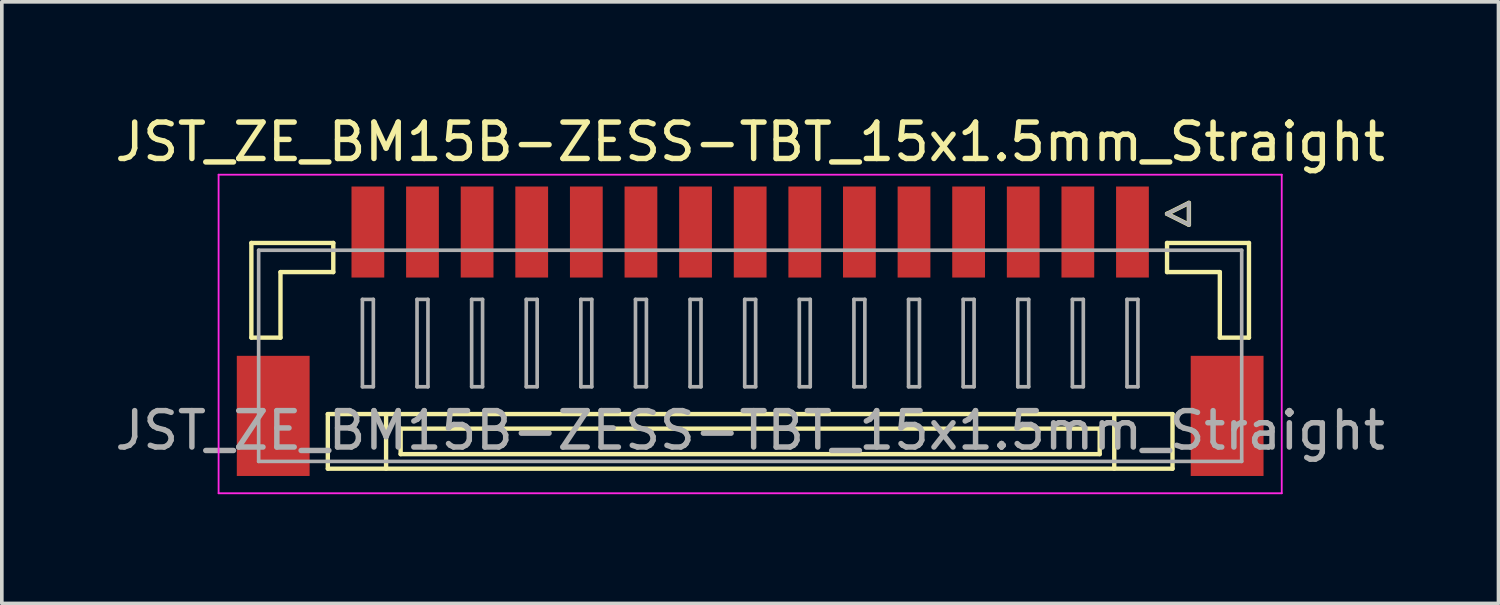
<source format=kicad_pcb>
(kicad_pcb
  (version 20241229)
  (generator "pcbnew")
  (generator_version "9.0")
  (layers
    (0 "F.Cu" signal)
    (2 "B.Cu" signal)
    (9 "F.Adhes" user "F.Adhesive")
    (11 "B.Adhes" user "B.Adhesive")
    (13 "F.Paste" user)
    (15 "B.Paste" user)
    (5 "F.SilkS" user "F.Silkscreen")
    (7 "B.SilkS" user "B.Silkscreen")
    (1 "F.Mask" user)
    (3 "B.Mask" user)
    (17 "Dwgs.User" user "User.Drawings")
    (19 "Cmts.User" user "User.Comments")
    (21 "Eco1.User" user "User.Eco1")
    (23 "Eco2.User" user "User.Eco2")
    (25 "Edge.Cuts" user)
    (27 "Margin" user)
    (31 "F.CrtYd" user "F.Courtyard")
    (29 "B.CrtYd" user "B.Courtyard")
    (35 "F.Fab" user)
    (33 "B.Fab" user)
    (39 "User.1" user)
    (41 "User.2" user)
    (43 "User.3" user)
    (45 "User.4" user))
  (footprint "JST_ZE_BM15B-ZESS-TBT_15x1.5mm_Straight"
    (layer "F.Cu")
    (at 17.554 5.848)
    (property "Reference" "JST_ZE_BM15B-ZESS-TBT_15x1.5mm_Straight" (at 0 -5 0) (layer "F.SilkS") (effects (font (size 1 1) (thickness 0.15))))
    (attr smd)
    (fp_line (start -13.7 -2.225) (end -13.7 0.375) (stroke (width 0.12) (type solid)) (layer "F.SilkS"))
    (fp_line (start -13.7 0.375) (end -12.9 0.375) (stroke (width 0.12) (type solid)) (layer "F.SilkS"))
    (fp_line (start -12.9 -1.425) (end -11.45 -1.425) (stroke (width 0.12) (type solid)) (layer "F.SilkS"))
    (fp_line (start -12.9 0.375) (end -12.9 -1.425) (stroke (width 0.12) (type solid)) (layer "F.SilkS"))
    (fp_line (start -11.6 2.475) (end -11.6 3.975) (stroke (width 0.12) (type solid)) (layer "F.SilkS"))
    (fp_line (start -11.6 3.975) (end 11.6 3.975) (stroke (width 0.12) (type solid)) (layer "F.SilkS"))
    (fp_line (start -11.45 -2.225) (end -13.7 -2.225) (stroke (width 0.12) (type solid)) (layer "F.SilkS"))
    (fp_line (start -11.45 -1.425) (end -11.45 -2.225) (stroke (width 0.12) (type solid)) (layer "F.SilkS"))
    (fp_line (start -10 2.475) (end -10 3.975) (stroke (width 0.12) (type solid)) (layer "F.SilkS"))
    (fp_line (start -9.6 2.875) (end -9.6 3.575) (stroke (width 0.12) (type solid)) (layer "F.SilkS"))
    (fp_line (start -9.6 3.575) (end 9.6 3.575) (stroke (width 0.12) (type solid)) (layer "F.SilkS"))
    (fp_line (start 9.6 2.875) (end -9.6 2.875) (stroke (width 0.12) (type solid)) (layer "F.SilkS"))
    (fp_line (start 9.6 3.575) (end 9.6 2.875) (stroke (width 0.12) (type solid)) (layer "F.SilkS"))
    (fp_line (start 10 2.475) (end 10 3.975) (stroke (width 0.12) (type solid)) (layer "F.SilkS"))
    (fp_line (start 11.45 -3.025) (end 12.05 -3.325) (stroke (width 0.12) (type solid)) (layer "F.SilkS"))
    (fp_line (start 11.45 -2.225) (end 13.7 -2.225) (stroke (width 0.12) (type solid)) (layer "F.SilkS"))
    (fp_line (start 11.45 -1.425) (end 11.45 -2.225) (stroke (width 0.12) (type solid)) (layer "F.SilkS"))
    (fp_line (start 11.6 2.475) (end -11.6 2.475) (stroke (width 0.12) (type solid)) (layer "F.SilkS"))
    (fp_line (start 11.6 3.975) (end 11.6 2.475) (stroke (width 0.12) (type solid)) (layer "F.SilkS"))
    (fp_line (start 12.05 -3.325) (end 12.05 -2.725) (stroke (width 0.12) (type solid)) (layer "F.SilkS"))
    (fp_line (start 12.05 -2.725) (end 11.45 -3.025) (stroke (width 0.12) (type solid)) (layer "F.SilkS"))
    (fp_line (start 12.9 -1.425) (end 11.45 -1.425) (stroke (width 0.12) (type solid)) (layer "F.SilkS"))
    (fp_line (start 12.9 0.375) (end 12.9 -1.425) (stroke (width 0.12) (type solid)) (layer "F.SilkS"))
    (fp_line (start 13.7 -2.225) (end 13.7 0.375) (stroke (width 0.12) (type solid)) (layer "F.SilkS"))
    (fp_line (start 13.7 0.375) (end 12.9 0.375) (stroke (width 0.12) (type solid)) (layer "F.SilkS"))
    (fp_line (start -14.6 -4.1) (end -14.6 4.65) (stroke (width 0.05) (type solid)) (layer "F.CrtYd"))
    (fp_line (start -14.6 4.65) (end 14.6 4.65) (stroke (width 0.05) (type solid)) (layer "F.CrtYd"))
    (fp_line (start 14.6 -4.1) (end -14.6 -4.1) (stroke (width 0.05) (type solid)) (layer "F.CrtYd"))
    (fp_line (start 14.6 4.65) (end 14.6 -4.1) (stroke (width 0.05) (type solid)) (layer "F.CrtYd"))
    (fp_line (start -13.5 -2.025) (end -13.5 3.775) (stroke (width 0.1) (type solid)) (layer "F.Fab"))
    (fp_line (start -13.5 3.775) (end 13.5 3.775) (stroke (width 0.1) (type solid)) (layer "F.Fab"))
    (fp_line (start -10.65 -0.675) (end -10.65 1.725) (stroke (width 0.1) (type solid)) (layer "F.Fab"))
    (fp_line (start -10.65 1.725) (end -10.35 1.725) (stroke (width 0.1) (type solid)) (layer "F.Fab"))
    (fp_line (start -10.35 -0.675) (end -10.65 -0.675) (stroke (width 0.1) (type solid)) (layer "F.Fab"))
    (fp_line (start -10.35 1.725) (end -10.35 -0.675) (stroke (width 0.1) (type solid)) (layer "F.Fab"))
    (fp_line (start -9.15 -0.675) (end -9.15 1.725) (stroke (width 0.1) (type solid)) (layer "F.Fab"))
    (fp_line (start -9.15 1.725) (end -8.85 1.725) (stroke (width 0.1) (type solid)) (layer "F.Fab"))
    (fp_line (start -8.85 -0.675) (end -9.15 -0.675) (stroke (width 0.1) (type solid)) (layer "F.Fab"))
    (fp_line (start -8.85 1.725) (end -8.85 -0.675) (stroke (width 0.1) (type solid)) (layer "F.Fab"))
    (fp_line (start -7.65 -0.675) (end -7.65 1.725) (stroke (width 0.1) (type solid)) (layer "F.Fab"))
    (fp_line (start -7.65 1.725) (end -7.35 1.725) (stroke (width 0.1) (type solid)) (layer "F.Fab"))
    (fp_line (start -7.35 -0.675) (end -7.65 -0.675) (stroke (width 0.1) (type solid)) (layer "F.Fab"))
    (fp_line (start -7.35 1.725) (end -7.35 -0.675) (stroke (width 0.1) (type solid)) (layer "F.Fab"))
    (fp_line (start -6.15 -0.675) (end -6.15 1.725) (stroke (width 0.1) (type solid)) (layer "F.Fab"))
    (fp_line (start -6.15 1.725) (end -5.85 1.725) (stroke (width 0.1) (type solid)) (layer "F.Fab"))
    (fp_line (start -5.85 -0.675) (end -6.15 -0.675) (stroke (width 0.1) (type solid)) (layer "F.Fab"))
    (fp_line (start -5.85 1.725) (end -5.85 -0.675) (stroke (width 0.1) (type solid)) (layer "F.Fab"))
    (fp_line (start -4.65 -0.675) (end -4.65 1.725) (stroke (width 0.1) (type solid)) (layer "F.Fab"))
    (fp_line (start -4.65 1.725) (end -4.35 1.725) (stroke (width 0.1) (type solid)) (layer "F.Fab"))
    (fp_line (start -4.35 -0.675) (end -4.65 -0.675) (stroke (width 0.1) (type solid)) (layer "F.Fab"))
    (fp_line (start -4.35 1.725) (end -4.35 -0.675) (stroke (width 0.1) (type solid)) (layer "F.Fab"))
    (fp_line (start -3.15 -0.675) (end -3.15 1.725) (stroke (width 0.1) (type solid)) (layer "F.Fab"))
    (fp_line (start -3.15 1.725) (end -2.85 1.725) (stroke (width 0.1) (type solid)) (layer "F.Fab"))
    (fp_line (start -2.85 -0.675) (end -3.15 -0.675) (stroke (width 0.1) (type solid)) (layer "F.Fab"))
    (fp_line (start -2.85 1.725) (end -2.85 -0.675) (stroke (width 0.1) (type solid)) (layer "F.Fab"))
    (fp_line (start -1.65 -0.675) (end -1.65 1.725) (stroke (width 0.1) (type solid)) (layer "F.Fab"))
    (fp_line (start -1.65 1.725) (end -1.35 1.725) (stroke (width 0.1) (type solid)) (layer "F.Fab"))
    (fp_line (start -1.35 -0.675) (end -1.65 -0.675) (stroke (width 0.1) (type solid)) (layer "F.Fab"))
    (fp_line (start -1.35 1.725) (end -1.35 -0.675) (stroke (width 0.1) (type solid)) (layer "F.Fab"))
    (fp_line (start -0.15 -0.675) (end -0.15 1.725) (stroke (width 0.1) (type solid)) (layer "F.Fab"))
    (fp_line (start -0.15 1.725) (end 0.15 1.725) (stroke (width 0.1) (type solid)) (layer "F.Fab"))
    (fp_line (start 0.15 -0.675) (end -0.15 -0.675) (stroke (width 0.1) (type solid)) (layer "F.Fab"))
    (fp_line (start 0.15 1.725) (end 0.15 -0.675) (stroke (width 0.1) (type solid)) (layer "F.Fab"))
    (fp_line (start 1.35 -0.675) (end 1.35 1.725) (stroke (width 0.1) (type solid)) (layer "F.Fab"))
    (fp_line (start 1.35 1.725) (end 1.65 1.725) (stroke (width 0.1) (type solid)) (layer "F.Fab"))
    (fp_line (start 1.65 -0.675) (end 1.35 -0.675) (stroke (width 0.1) (type solid)) (layer "F.Fab"))
    (fp_line (start 1.65 1.725) (end 1.65 -0.675) (stroke (width 0.1) (type solid)) (layer "F.Fab"))
    (fp_line (start 2.85 -0.675) (end 2.85 1.725) (stroke (width 0.1) (type solid)) (layer "F.Fab"))
    (fp_line (start 2.85 1.725) (end 3.15 1.725) (stroke (width 0.1) (type solid)) (layer "F.Fab"))
    (fp_line (start 3.15 -0.675) (end 2.85 -0.675) (stroke (width 0.1) (type solid)) (layer "F.Fab"))
    (fp_line (start 3.15 1.725) (end 3.15 -0.675) (stroke (width 0.1) (type solid)) (layer "F.Fab"))
    (fp_line (start 4.35 -0.675) (end 4.35 1.725) (stroke (width 0.1) (type solid)) (layer "F.Fab"))
    (fp_line (start 4.35 1.725) (end 4.65 1.725) (stroke (width 0.1) (type solid)) (layer "F.Fab"))
    (fp_line (start 4.65 -0.675) (end 4.35 -0.675) (stroke (width 0.1) (type solid)) (layer "F.Fab"))
    (fp_line (start 4.65 1.725) (end 4.65 -0.675) (stroke (width 0.1) (type solid)) (layer "F.Fab"))
    (fp_line (start 5.85 -0.675) (end 5.85 1.725) (stroke (width 0.1) (type solid)) (layer "F.Fab"))
    (fp_line (start 5.85 1.725) (end 6.15 1.725) (stroke (width 0.1) (type solid)) (layer "F.Fab"))
    (fp_line (start 6.15 -0.675) (end 5.85 -0.675) (stroke (width 0.1) (type solid)) (layer "F.Fab"))
    (fp_line (start 6.15 1.725) (end 6.15 -0.675) (stroke (width 0.1) (type solid)) (layer "F.Fab"))
    (fp_line (start 7.35 -0.675) (end 7.35 1.725) (stroke (width 0.1) (type solid)) (layer "F.Fab"))
    (fp_line (start 7.35 1.725) (end 7.65 1.725) (stroke (width 0.1) (type solid)) (layer "F.Fab"))
    (fp_line (start 7.65 -0.675) (end 7.35 -0.675) (stroke (width 0.1) (type solid)) (layer "F.Fab"))
    (fp_line (start 7.65 1.725) (end 7.65 -0.675) (stroke (width 0.1) (type solid)) (layer "F.Fab"))
    (fp_line (start 8.85 -0.675) (end 8.85 1.725) (stroke (width 0.1) (type solid)) (layer "F.Fab"))
    (fp_line (start 8.85 1.725) (end 9.15 1.725) (stroke (width 0.1) (type solid)) (layer "F.Fab"))
    (fp_line (start 9.15 -0.675) (end 8.85 -0.675) (stroke (width 0.1) (type solid)) (layer "F.Fab"))
    (fp_line (start 9.15 1.725) (end 9.15 -0.675) (stroke (width 0.1) (type solid)) (layer "F.Fab"))
    (fp_line (start 10.35 -0.675) (end 10.35 1.725) (stroke (width 0.1) (type solid)) (layer "F.Fab"))
    (fp_line (start 10.35 1.725) (end 10.65 1.725) (stroke (width 0.1) (type solid)) (layer "F.Fab"))
    (fp_line (start 10.65 -0.675) (end 10.35 -0.675) (stroke (width 0.1) (type solid)) (layer "F.Fab"))
    (fp_line (start 10.65 1.725) (end 10.65 -0.675) (stroke (width 0.1) (type solid)) (layer "F.Fab"))
    (fp_line (start 11.45 -3.025) (end 12.05 -3.325) (stroke (width 0.1) (type solid)) (layer "F.Fab"))
    (fp_line (start 12.05 -3.325) (end 12.05 -2.725) (stroke (width 0.1) (type solid)) (layer "F.Fab"))
    (fp_line (start 12.05 -2.725) (end 11.45 -3.025) (stroke (width 0.1) (type solid)) (layer "F.Fab"))
    (fp_line (start 13.5 -2.025) (end -13.5 -2.025) (stroke (width 0.1) (type solid)) (layer "F.Fab"))
    (fp_line (start 13.5 3.775) (end 13.5 -2.025) (stroke (width 0.1) (type solid)) (layer "F.Fab"))
    (fp_text user "${REFERENCE}" (at 0 2.925 0) (layer "F.Fab") (effects (font (size 1 1) (thickness 0.15))))
    (pad "" smd rect (at -13.1 2.525) (size 2 3.3) (layers "F.Cu" "F.Mask" "F.Paste"))
    (pad "" smd rect (at 13.1 2.525) (size 2 3.3) (layers "F.Cu" "F.Mask" "F.Paste"))
    (pad "1" smd rect (at 10.5 -2.525) (size 0.9 2.5) (layers "F.Cu" "F.Mask" "F.Paste"))
    (pad "2" smd rect (at 9 -2.525) (size 0.9 2.5) (layers "F.Cu" "F.Mask" "F.Paste"))
    (pad "3" smd rect (at 7.5 -2.525) (size 0.9 2.5) (layers "F.Cu" "F.Mask" "F.Paste"))
    (pad "4" smd rect (at 6 -2.525) (size 0.9 2.5) (layers "F.Cu" "F.Mask" "F.Paste"))
    (pad "5" smd rect (at 4.5 -2.525) (size 0.9 2.5) (layers "F.Cu" "F.Mask" "F.Paste"))
    (pad "6" smd rect (at 3 -2.525) (size 0.9 2.5) (layers "F.Cu" "F.Mask" "F.Paste"))
    (pad "7" smd rect (at 1.5 -2.525) (size 0.9 2.5) (layers "F.Cu" "F.Mask" "F.Paste"))
    (pad "8" smd rect (at 0 -2.525) (size 0.9 2.5) (layers "F.Cu" "F.Mask" "F.Paste"))
    (pad "9" smd rect (at -1.5 -2.525) (size 0.9 2.5) (layers "F.Cu" "F.Mask" "F.Paste"))
    (pad "10" smd rect (at -3 -2.525) (size 0.9 2.5) (layers "F.Cu" "F.Mask" "F.Paste"))
    (pad "11" smd rect (at -4.5 -2.525) (size 0.9 2.5) (layers "F.Cu" "F.Mask" "F.Paste"))
    (pad "12" smd rect (at -6 -2.525) (size 0.9 2.5) (layers "F.Cu" "F.Mask" "F.Paste"))
    (pad "13" smd rect (at -7.5 -2.525) (size 0.9 2.5) (layers "F.Cu" "F.Mask" "F.Paste"))
    (pad "14" smd rect (at -9 -2.525) (size 0.9 2.5) (layers "F.Cu" "F.Mask" "F.Paste"))
    (pad "15" smd rect (at -10.5 -2.525) (size 0.9 2.5) (layers "F.Cu" "F.Mask" "F.Paste")))
  (gr_rect
    (start -3 -3)
    (end 38.107 13.523)
    (stroke (width 0.1) (type default))
    (fill no)
    (layer "Edge.Cuts")))
</source>
